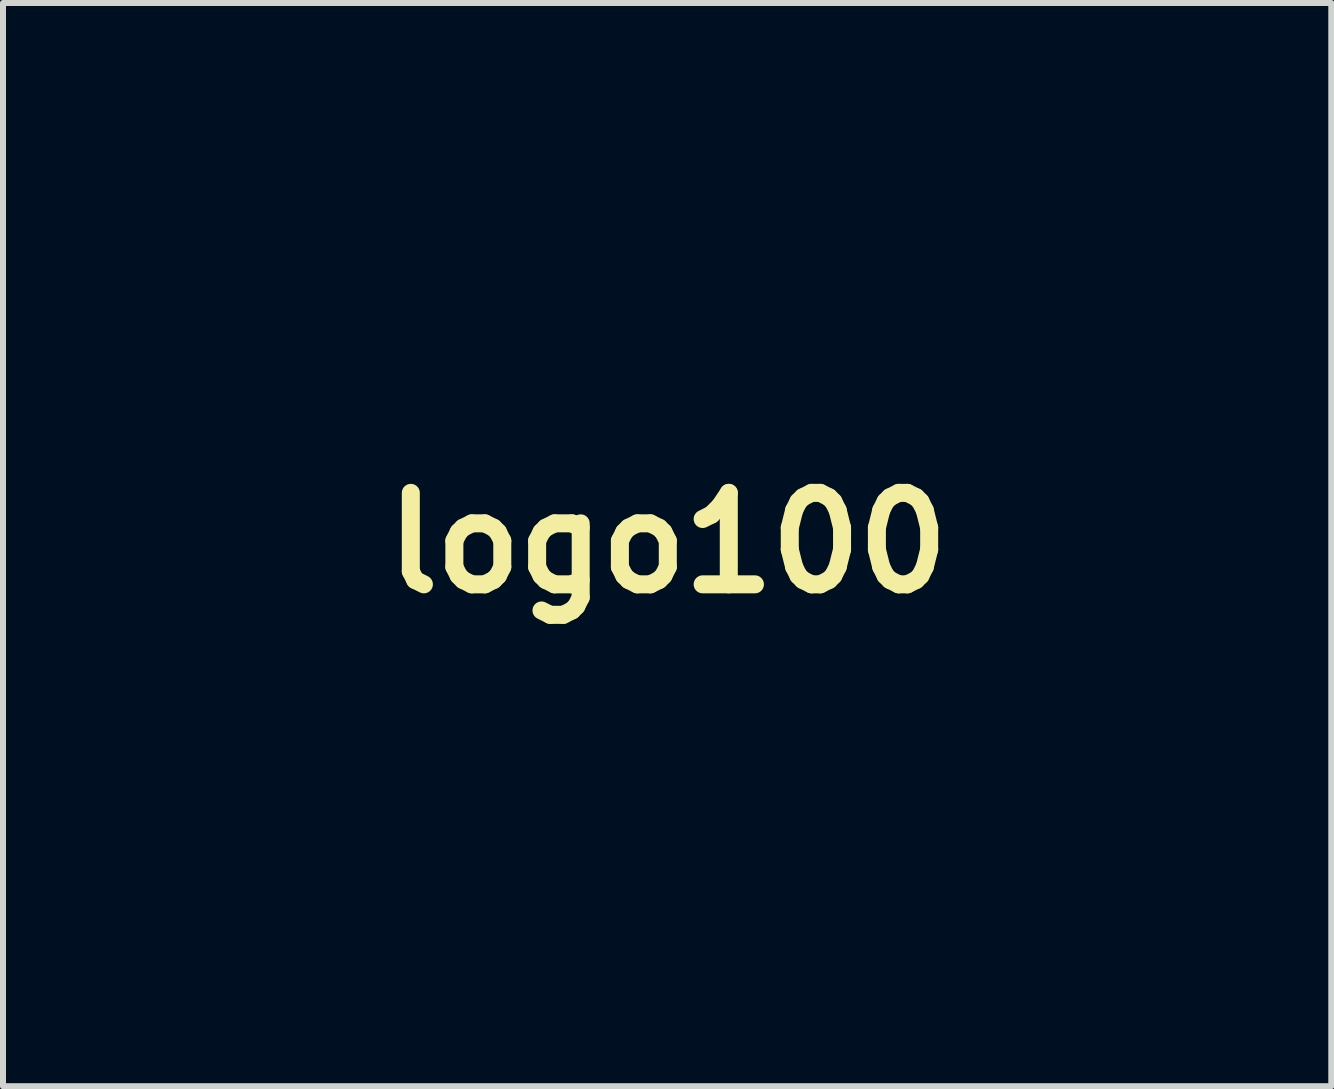
<source format=kicad_pcb>
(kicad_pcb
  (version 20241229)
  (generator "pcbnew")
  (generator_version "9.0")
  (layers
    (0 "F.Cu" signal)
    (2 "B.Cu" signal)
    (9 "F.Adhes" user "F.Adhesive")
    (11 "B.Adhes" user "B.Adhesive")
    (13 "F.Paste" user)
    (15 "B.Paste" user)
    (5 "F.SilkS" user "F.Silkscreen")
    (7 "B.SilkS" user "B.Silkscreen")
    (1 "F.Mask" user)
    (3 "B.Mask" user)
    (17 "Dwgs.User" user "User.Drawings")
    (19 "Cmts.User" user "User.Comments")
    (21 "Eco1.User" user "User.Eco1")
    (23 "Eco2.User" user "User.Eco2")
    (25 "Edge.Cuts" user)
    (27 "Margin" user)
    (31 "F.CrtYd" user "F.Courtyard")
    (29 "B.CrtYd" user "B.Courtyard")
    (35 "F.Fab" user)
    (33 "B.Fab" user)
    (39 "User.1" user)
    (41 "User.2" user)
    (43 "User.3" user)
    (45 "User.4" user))
  (footprint "logo100"
    (layer "F.Cu")
    (at 8.076 5.996)
    (property "Reference" "logo100" (at 0 0 0) (layer "F.SilkS") (effects (font (size 1.524 1.524) (thickness 0.3))))
    (attr through_hole)
    (fp_poly (pts (xy 4.468 -5.985) (xy 4.779 -5.918) (xy 5.05 -5.764) (xy 5.286 -5.518) (xy 5.37 -5.397) (xy 5.464 -5.258) (xy 5.541 -5.162) (xy 5.578 -5.131) (xy 5.623 -5.171) (xy 5.691 -5.273) (xy 5.716 -5.317) (xy 5.877 -5.518) (xy 6.091 -5.647) (xy 6.337 -5.698) (xy 6.591 -5.667) (xy 6.833 -5.55) (xy 6.839 -5.545) (xy 7.122 -5.298) (xy 7.375 -4.998) (xy 7.585 -4.668) (xy 7.735 -4.333) (xy 7.81 -4.016) (xy 7.813 -3.988) (xy 7.818 -3.872) (xy 7.81 -3.766) (xy 7.781 -3.649) (xy 7.726 -3.499) (xy 7.638 -3.298) (xy 7.524 -3.053) (xy 7.414 -2.815) (xy 7.32 -2.61) (xy 7.252 -2.456) (xy 7.217 -2.37) (xy 7.214 -2.359) (xy 7.245 -2.309) (xy 7.33 -2.205) (xy 7.451 -2.065) (xy 7.494 -2.017) (xy 7.745 -1.71) (xy 7.914 -1.426) (xy 8.012 -1.142) (xy 8.048 -0.835) (xy 8.049 -0.762) (xy 8.012 -0.354) (xy 7.939 -0.09) (xy 7.745 0.33) (xy 7.483 0.741) (xy 7.168 1.127) (xy 6.817 1.472) (xy 6.445 1.759) (xy 6.069 1.97) (xy 5.896 2.039) (xy 5.742 2.098) (xy 5.639 2.149) (xy 5.611 2.181) (xy 5.65 2.241) (xy 5.728 2.357) (xy 5.815 2.486) (xy 5.919 2.655) (xy 5.973 2.796) (xy 5.993 2.957) (xy 5.994 3.061) (xy 5.95 3.388) (xy 5.821 3.663) (xy 5.613 3.883) (xy 5.331 4.042) (xy 4.981 4.138) (xy 4.639 4.164) (xy 4.456 4.155) (xy 4.294 4.13) (xy 4.239 4.114) (xy 4.121 4.09) (xy 4.002 4.124) (xy 3.931 4.162) (xy 3.652 4.289) (xy 3.327 4.38) (xy 3.01 4.419) (xy 2.97 4.42) (xy 2.692 4.377) (xy 2.462 4.248) (xy 2.277 4.028) (xy 2.242 3.969) (xy 2.167 3.844) (xy 2.09 3.756) (xy 1.995 3.703) (xy 1.864 3.68) (xy 1.681 3.686) (xy 1.429 3.716) (xy 1.158 3.756) (xy 0.341 3.896) (xy -0.453 4.056) (xy -1.215 4.235) (xy -1.935 4.43) (xy -2.606 4.637) (xy -3.219 4.854) (xy -3.765 5.078) (xy -4.236 5.306) (xy -4.622 5.535) (xy -4.915 5.763) (xy -4.916 5.763) (xy -5.067 5.895) (xy -5.197 5.993) (xy -5.284 6.043) (xy -5.297 6.045) (xy -5.363 6.008) (xy -5.471 5.91) (xy -5.6 5.769) (xy -5.635 5.728) (xy -5.926 5.327) (xy -6.122 4.94) (xy -6.223 4.556) (xy -6.224 4.481) (xy -5.692 4.481) (xy -5.656 4.684) (xy -5.636 4.729) (xy -5.605 4.78) (xy -5.568 4.798) (xy -5.507 4.778) (xy -5.401 4.711) (xy -5.233 4.592) (xy -5.226 4.587) (xy -4.889 4.379) (xy -4.462 4.168) (xy -3.96 3.959) (xy -3.393 3.752) (xy -2.774 3.553) (xy -2.116 3.362) (xy -1.431 3.183) (xy -1.363 3.167) (xy 2.378 3.167) (xy 2.38 3.18) (xy 2.422 3.306) (xy 2.504 3.375) (xy 2.647 3.397) (xy 2.805 3.389) (xy 3 3.357) (xy 3.18 3.305) (xy 3.26 3.268) (xy 3.379 3.191) (xy 3.426 3.136) (xy 3.394 3.102) (xy 3.277 3.083) (xy 3.068 3.076) (xy 2.909 3.077) (xy 2.668 3.081) (xy 2.511 3.089) (xy 2.422 3.104) (xy 2.383 3.129) (xy 2.378 3.167) (xy -1.363 3.167) (xy -0.732 3.019) (xy -0.03 2.873) (xy 0.66 2.748) (xy 1.328 2.646) (xy 1.961 2.57) (xy 2.545 2.523) (xy 3.07 2.508) (xy 3.522 2.528) (xy 3.708 2.55) (xy 3.919 2.585) (xy 4.05 2.616) (xy 4.12 2.652) (xy 4.15 2.7) (xy 4.157 2.732) (xy 4.146 2.823) (xy 4.065 2.883) (xy 4.013 2.903) (xy 3.909 2.946) (xy 3.889 2.986) (xy 3.931 3.038) (xy 4.034 3.091) (xy 4.207 3.127) (xy 4.304 3.137) (xy 4.516 3.138) (xy 4.686 3.101) (xy 4.826 3.039) (xy 5.037 2.892) (xy 5.151 2.724) (xy 5.166 2.541) (xy 5.082 2.349) (xy 4.984 2.233) (xy 4.777 2.088) (xy 4.479 1.974) (xy 4.097 1.889) (xy 3.637 1.833) (xy 3.107 1.807) (xy 2.511 1.808) (xy 1.857 1.838) (xy 1.151 1.896) (xy 0.4 1.98) (xy -0.39 2.092) (xy -1.213 2.23) (xy -2.062 2.394) (xy -2.931 2.583) (xy -3.814 2.797) (xy -3.905 2.821) (xy -4.3 2.925) (xy -4.609 3.013) (xy -4.846 3.09) (xy -5.024 3.162) (xy -5.158 3.236) (xy -5.261 3.318) (xy -5.347 3.412) (xy -5.382 3.458) (xy -5.516 3.69) (xy -5.616 3.957) (xy -5.676 4.229) (xy -5.692 4.481) (xy -6.224 4.481) (xy -6.23 4.163) (xy -6.145 3.752) (xy -5.968 3.311) (xy -5.855 3.093) (xy -5.889 3.067) (xy -5.994 3.038) (xy -6.054 3.027) (xy -6.414 2.919) (xy -6.764 2.716) (xy -7.097 2.423) (xy -7.407 2.046) (xy -7.687 1.592) (xy -7.744 1.481) (xy -7.942 0.976) (xy -8.051 0.424) (xy -8.07 -0.123) (xy -7.541 -0.123) (xy -7.531 0.363) (xy -7.449 0.797) (xy -7.426 0.869) (xy -7.251 1.284) (xy -7.04 1.608) (xy -6.796 1.839) (xy -6.519 1.976) (xy -6.213 2.017) (xy -5.878 1.962) (xy -5.877 1.961) (xy -5.628 1.853) (xy -5.349 1.677) (xy -5.064 1.452) (xy -4.797 1.194) (xy -4.686 1.068) (xy -4.554 0.917) (xy -4.448 0.804) (xy -4.383 0.747) (xy -4.37 0.743) (xy -4.357 0.803) (xy -4.345 0.933) (xy -4.34 1.064) (xy -4.296 1.372) (xy -4.177 1.616) (xy -3.978 1.807) (xy -3.965 1.816) (xy -3.758 1.912) (xy -3.566 1.918) (xy -3.412 1.841) (xy -3.362 1.774) (xy -3.273 1.629) (xy -3.152 1.418) (xy -3.007 1.155) (xy -2.843 0.85) (xy -2.668 0.518) (xy -2.65 0.483) (xy -2.422 0.044) (xy -2.236 -0.313) (xy -2.088 -0.596) (xy -1.972 -0.814) (xy -1.885 -0.975) (xy -1.821 -1.087) (xy -1.776 -1.16) (xy -1.745 -1.2) (xy -1.724 -1.217) (xy -1.714 -1.219) (xy -1.681 -1.186) (xy -1.686 -1.083) (xy -1.728 -0.903) (xy -1.811 -0.637) (xy -1.83 -0.581) (xy -1.912 -0.318) (xy -1.992 -0.031) (xy -2.055 0.227) (xy -2.064 0.273) (xy -2.114 0.667) (xy -2.097 0.989) (xy -2.018 1.238) (xy -1.887 1.41) (xy -1.71 1.502) (xy -1.494 1.511) (xy -1.249 1.434) (xy -0.98 1.269) (xy -0.696 1.012) (xy -0.567 0.868) (xy -0.451 0.736) (xy -0.357 0.644) (xy -0.307 0.61) (xy -0.272 0.654) (xy -0.237 0.765) (xy -0.23 0.798) (xy -0.145 1.082) (xy -0.011 1.277) (xy 0.175 1.39) (xy 0.396 1.422) (xy 0.58 1.403) (xy 0.759 1.339) (xy 0.947 1.223) (xy 1.154 1.044) (xy 1.393 0.795) (xy 1.624 0.529) (xy 1.779 0.35) (xy 1.911 0.208) (xy 2.006 0.115) (xy 2.051 0.087) (xy 2.052 0.088) (xy 2.071 0.153) (xy 2.082 0.282) (xy 2.084 0.351) (xy 2.118 0.595) (xy 2.207 0.829) (xy 2.337 1.033) (xy 2.493 1.184) (xy 2.662 1.263) (xy 2.723 1.27) (xy 2.92 1.228) (xy 3.159 1.107) (xy 3.428 0.914) (xy 3.717 0.657) (xy 3.796 0.578) (xy 3.961 0.412) (xy 4.099 0.276) (xy 4.195 0.185) (xy 4.234 0.152) (xy 4.257 0.197) (xy 4.285 0.307) (xy 4.291 0.341) (xy 4.387 0.657) (xy 4.537 0.89) (xy 4.734 1.041) (xy 4.971 1.108) (xy 5.243 1.091) (xy 5.541 0.989) (xy 5.861 0.802) (xy 6.195 0.528) (xy 6.211 0.514) (xy 6.542 0.165) (xy 6.812 -0.194) (xy 7.016 -0.552) (xy 7.149 -0.897) (xy 7.204 -1.217) (xy 7.177 -1.502) (xy 7.165 -1.543) (xy 7.097 -1.667) (xy 6.995 -1.775) (xy 6.884 -1.847) (xy 6.79 -1.864) (xy 6.758 -1.846) (xy 6.729 -1.776) (xy 6.692 -1.639) (xy 6.662 -1.499) (xy 6.585 -1.221) (xy 6.459 -0.917) (xy 6.298 -0.61) (xy 6.118 -0.326) (xy 5.933 -0.089) (xy 5.757 0.075) (xy 5.748 0.081) (xy 5.567 0.173) (xy 5.428 0.175) (xy 5.337 0.09) (xy 5.3 -0.078) (xy 5.308 -0.238) (xy 5.366 -0.537) (xy 5.474 -0.913) (xy 5.628 -1.356) (xy 5.824 -1.856) (xy 6.058 -2.405) (xy 6.328 -2.992) (xy 6.554 -3.46) (xy 6.686 -3.732) (xy 6.799 -3.979) (xy 6.887 -4.186) (xy 6.943 -4.334) (xy 6.96 -4.401) (xy 6.918 -4.612) (xy 6.807 -4.828) (xy 6.674 -4.984) (xy 6.516 -5.106) (xy 6.393 -5.149) (xy 6.286 -5.116) (xy 6.251 -5.09) (xy 6.186 -5.005) (xy 6.091 -4.837) (xy 5.969 -4.597) (xy 5.827 -4.296) (xy 5.67 -3.947) (xy 5.503 -3.56) (xy 5.332 -3.148) (xy 5.161 -2.721) (xy 5.156 -2.707) (xy 4.969 -2.234) (xy 4.812 -1.844) (xy 4.678 -1.523) (xy 4.559 -1.26) (xy 4.451 -1.04) (xy 4.346 -0.852) (xy 4.237 -0.683) (xy 4.12 -0.52) (xy 3.986 -0.35) (xy 3.925 -0.276) (xy 3.707 -0.033) (xy 3.531 0.116) (xy 3.396 0.173) (xy 3.301 0.137) (xy 3.247 0.009) (xy 3.233 -0.212) (xy 3.233 -0.214) (xy 3.264 -0.49) (xy 3.344 -0.838) (xy 3.467 -1.247) (xy 3.628 -1.702) (xy 3.822 -2.19) (xy 4.044 -2.698) (xy 4.289 -3.213) (xy 4.552 -3.721) (xy 4.587 -3.785) (xy 4.745 -4.079) (xy 4.859 -4.303) (xy 4.935 -4.472) (xy 4.98 -4.601) (xy 5 -4.709) (xy 5.004 -4.775) (xy 4.957 -5.032) (xy 4.822 -5.246) (xy 4.606 -5.403) (xy 4.594 -5.408) (xy 4.473 -5.461) (xy 4.399 -5.466) (xy 4.332 -5.422) (xy 4.311 -5.404) (xy 4.213 -5.286) (xy 4.084 -5.088) (xy 3.93 -4.822) (xy 3.759 -4.501) (xy 3.576 -4.14) (xy 3.389 -3.75) (xy 3.205 -3.345) (xy 3.029 -2.939) (xy 2.902 -2.627) (xy 2.614 -1.95) (xy 2.31 -1.342) (xy 1.976 -0.772) (xy 1.843 -0.567) (xy 1.597 -0.215) (xy 1.391 0.044) (xy 1.224 0.212) (xy 1.094 0.289) (xy 1.042 0.294) (xy 0.967 0.237) (xy 0.946 0.096) (xy 0.977 -0.126) (xy 1.06 -0.426) (xy 1.194 -0.803) (xy 1.379 -1.252) (xy 1.51 -1.548) (xy 1.661 -1.906) (xy 1.753 -2.191) (xy 1.784 -2.414) (xy 1.754 -2.588) (xy 1.662 -2.721) (xy 1.507 -2.825) (xy 1.393 -2.875) (xy 1.25 -2.921) (xy 1.135 -2.933) (xy 1.037 -2.9) (xy 0.946 -2.813) (xy 0.851 -2.66) (xy 0.742 -2.432) (xy 0.609 -2.119) (xy 0.604 -2.108) (xy 0.39 -1.613) (xy 0.176 -1.152) (xy -0.034 -0.734) (xy -0.235 -0.367) (xy -0.423 -0.06) (xy -0.591 0.18) (xy -0.737 0.345) (xy -0.853 0.425) (xy -0.889 0.432) (xy -0.946 0.421) (xy -0.975 0.374) (xy -0.986 0.266) (xy -0.985 0.127) (xy -0.976 -0.007) (xy -0.949 -0.158) (xy -0.9 -0.343) (xy -0.824 -0.578) (xy -0.716 -0.88) (xy -0.637 -1.092) (xy -0.528 -1.388) (xy -0.431 -1.66) (xy -0.352 -1.891) (xy -0.297 -2.063) (xy -0.272 -2.159) (xy -0.272 -2.159) (xy -0.291 -2.349) (xy -0.391 -2.526) (xy -0.553 -2.672) (xy -0.757 -2.767) (xy -0.941 -2.794) (xy -1.048 -2.782) (xy -1.155 -2.742) (xy -1.268 -2.665) (xy -1.391 -2.546) (xy -1.531 -2.376) (xy -1.694 -2.149) (xy -1.886 -1.856) (xy -2.112 -1.491) (xy -2.378 -1.047) (xy -2.484 -0.866) (xy -2.631 -0.619) (xy -2.759 -0.409) (xy -2.86 -0.25) (xy -2.925 -0.153) (xy -2.946 -0.132) (xy -2.928 -0.218) (xy -2.876 -0.389) (xy -2.793 -0.636) (xy -2.682 -0.951) (xy -2.546 -1.324) (xy -2.39 -1.747) (xy -2.215 -2.209) (xy -2.026 -2.703) (xy -1.981 -2.817) (xy -1.819 -3.238) (xy -1.691 -3.575) (xy -1.593 -3.841) (xy -1.522 -4.047) (xy -1.474 -4.204) (xy -1.446 -4.324) (xy -1.433 -4.419) (xy -1.432 -4.499) (xy -1.435 -4.53) (xy -1.483 -4.737) (xy -1.576 -4.92) (xy -1.699 -5.064) (xy -1.834 -5.153) (xy -1.967 -5.173) (xy -2.056 -5.132) (xy -2.085 -5.092) (xy -2.13 -5.004) (xy -2.195 -4.862) (xy -2.281 -4.66) (xy -2.391 -4.393) (xy -2.526 -4.055) (xy -2.691 -3.639) (xy -2.886 -3.142) (xy -3.114 -2.555) (xy -3.159 -2.438) (xy -3.42 -1.81) (xy -3.686 -1.257) (xy -3.973 -0.753) (xy -4.294 -0.272) (xy -4.439 -0.076) (xy -4.772 0.335) (xy -5.079 0.649) (xy -5.358 0.867) (xy -5.612 0.989) (xy -5.841 1.015) (xy -6.046 0.947) (xy -6.173 0.847) (xy -6.35 0.601) (xy -6.456 0.289) (xy -6.493 -0.078) (xy -6.462 -0.495) (xy -6.366 -0.954) (xy -6.206 -1.448) (xy -5.983 -1.969) (xy -5.698 -2.509) (xy -5.355 -3.061) (xy -5.347 -3.073) (xy -5.078 -3.451) (xy -4.824 -3.769) (xy -4.589 -4.022) (xy -4.378 -4.208) (xy -4.196 -4.323) (xy -4.049 -4.362) (xy -3.942 -4.322) (xy -3.879 -4.2) (xy -3.87 -4.146) (xy -3.882 -3.973) (xy -3.945 -3.742) (xy -4.048 -3.478) (xy -4.184 -3.205) (xy -4.326 -2.97) (xy -4.552 -2.665) (xy -4.771 -2.434) (xy -4.975 -2.285) (xy -5.149 -2.225) (xy -5.277 -2.177) (xy -5.327 -2.071) (xy -5.298 -1.92) (xy -5.221 -1.778) (xy -5.046 -1.604) (xy -4.819 -1.504) (xy -4.568 -1.491) (xy -4.536 -1.496) (xy -4.354 -1.573) (xy -4.155 -1.731) (xy -3.949 -1.954) (xy -3.749 -2.226) (xy -3.566 -2.532) (xy -3.411 -2.854) (xy -3.296 -3.178) (xy -3.281 -3.233) (xy -3.24 -3.452) (xy -3.212 -3.727) (xy -3.2 -4.014) (xy -3.2 -4.035) (xy -3.216 -4.376) (xy -3.267 -4.637) (xy -3.359 -4.834) (xy -3.498 -4.985) (xy -3.542 -5.019) (xy -3.822 -5.16) (xy -4.126 -5.204) (xy -4.452 -5.152) (xy -4.796 -5.006) (xy -5.155 -4.766) (xy -5.525 -4.433) (xy -5.538 -4.42) (xy -5.951 -3.956) (xy -6.326 -3.447) (xy -6.659 -2.905) (xy -6.945 -2.342) (xy -7.181 -1.771) (xy -7.362 -1.202) (xy -7.483 -0.649) (xy -7.541 -0.123) (xy -8.07 -0.123) (xy -8.071 -0.169) (xy -8.004 -0.802) (xy -7.85 -1.47) (xy -7.608 -2.17) (xy -7.343 -2.77) (xy -7.014 -3.388) (xy -6.659 -3.943) (xy -6.282 -4.432) (xy -5.889 -4.851) (xy -5.485 -5.194) (xy -5.077 -5.457) (xy -4.669 -5.637) (xy -4.268 -5.729) (xy -3.877 -5.728) (xy -3.638 -5.678) (xy -3.488 -5.604) (xy -3.305 -5.473) (xy -3.119 -5.309) (xy -2.959 -5.138) (xy -2.862 -5.004) (xy -2.825 -4.953) (xy -2.79 -4.961) (xy -2.742 -5.042) (xy -2.696 -5.141) (xy -2.542 -5.425) (xy -2.373 -5.613) (xy -2.179 -5.71) (xy -1.948 -5.724) (xy -1.695 -5.669) (xy -1.546 -5.613) (xy -1.426 -5.54) (xy -1.305 -5.428) (xy -1.157 -5.255) (xy -1.147 -5.242) (xy -0.912 -4.93) (xy -0.748 -4.66) (xy -0.646 -4.41) (xy -0.596 -4.16) (xy -0.587 -3.988) (xy -0.593 -3.781) (xy -0.608 -3.593) (xy -0.629 -3.473) (xy -0.649 -3.365) (xy -0.618 -3.307) (xy -0.514 -3.262) (xy -0.492 -3.254) (xy -0.351 -3.176) (xy -0.183 -3.039) (xy -0.018 -2.869) (xy 0.117 -2.693) (xy 0.135 -2.664) (xy 0.171 -2.618) (xy 0.207 -2.629) (xy 0.256 -2.709) (xy 0.32 -2.845) (xy 0.48 -3.128) (xy 0.667 -3.318) (xy 0.891 -3.424) (xy 1.138 -3.454) (xy 1.369 -3.454) (xy 1.315 -3.594) (xy 1.289 -3.713) (xy 1.269 -3.896) (xy 1.26 -4.105) (xy 1.26 -4.11) (xy 1.728 -4.11) (xy 1.764 -3.949) (xy 1.86 -3.785) (xy 1.992 -3.642) (xy 2.137 -3.544) (xy 2.273 -3.517) (xy 2.281 -3.518) (xy 2.336 -3.57) (xy 2.394 -3.689) (xy 2.419 -3.761) (xy 2.531 -4.007) (xy 2.711 -4.248) (xy 2.927 -4.445) (xy 3.053 -4.524) (xy 3.2 -4.629) (xy 3.249 -4.747) (xy 3.2 -4.884) (xy 3.086 -5.016) (xy 2.898 -5.16) (xy 2.717 -5.216) (xy 2.528 -5.182) (xy 2.318 -5.058) (xy 2.179 -4.943) (xy 2.019 -4.764) (xy 1.878 -4.549) (xy 1.776 -4.328) (xy 1.729 -4.136) (xy 1.728 -4.11) (xy 1.26 -4.11) (xy 1.26 -4.122) (xy 1.303 -4.536) (xy 1.434 -4.903) (xy 1.65 -5.217) (xy 1.949 -5.473) (xy 2.145 -5.586) (xy 2.386 -5.688) (xy 2.602 -5.734) (xy 2.729 -5.74) (xy 2.923 -5.731) (xy 3.079 -5.692) (xy 3.233 -5.61) (xy 3.414 -5.477) (xy 3.602 -5.33) (xy 3.676 -5.446) (xy 3.748 -5.57) (xy 3.828 -5.725) (xy 3.842 -5.755) (xy 3.916 -5.88) (xy 4.013 -5.955) (xy 4.154 -5.99) (xy 4.362 -5.991) (xy 4.468 -5.985)) (stroke (width 0.01) (type solid)) (fill yes) (layer "F.Mask")))
  (gr_rect
    (start -3 -3)
    (end 19.13 15.046)
    (stroke (width 0.1) (type default))
    (fill no)
    (layer "Edge.Cuts")))
</source>
